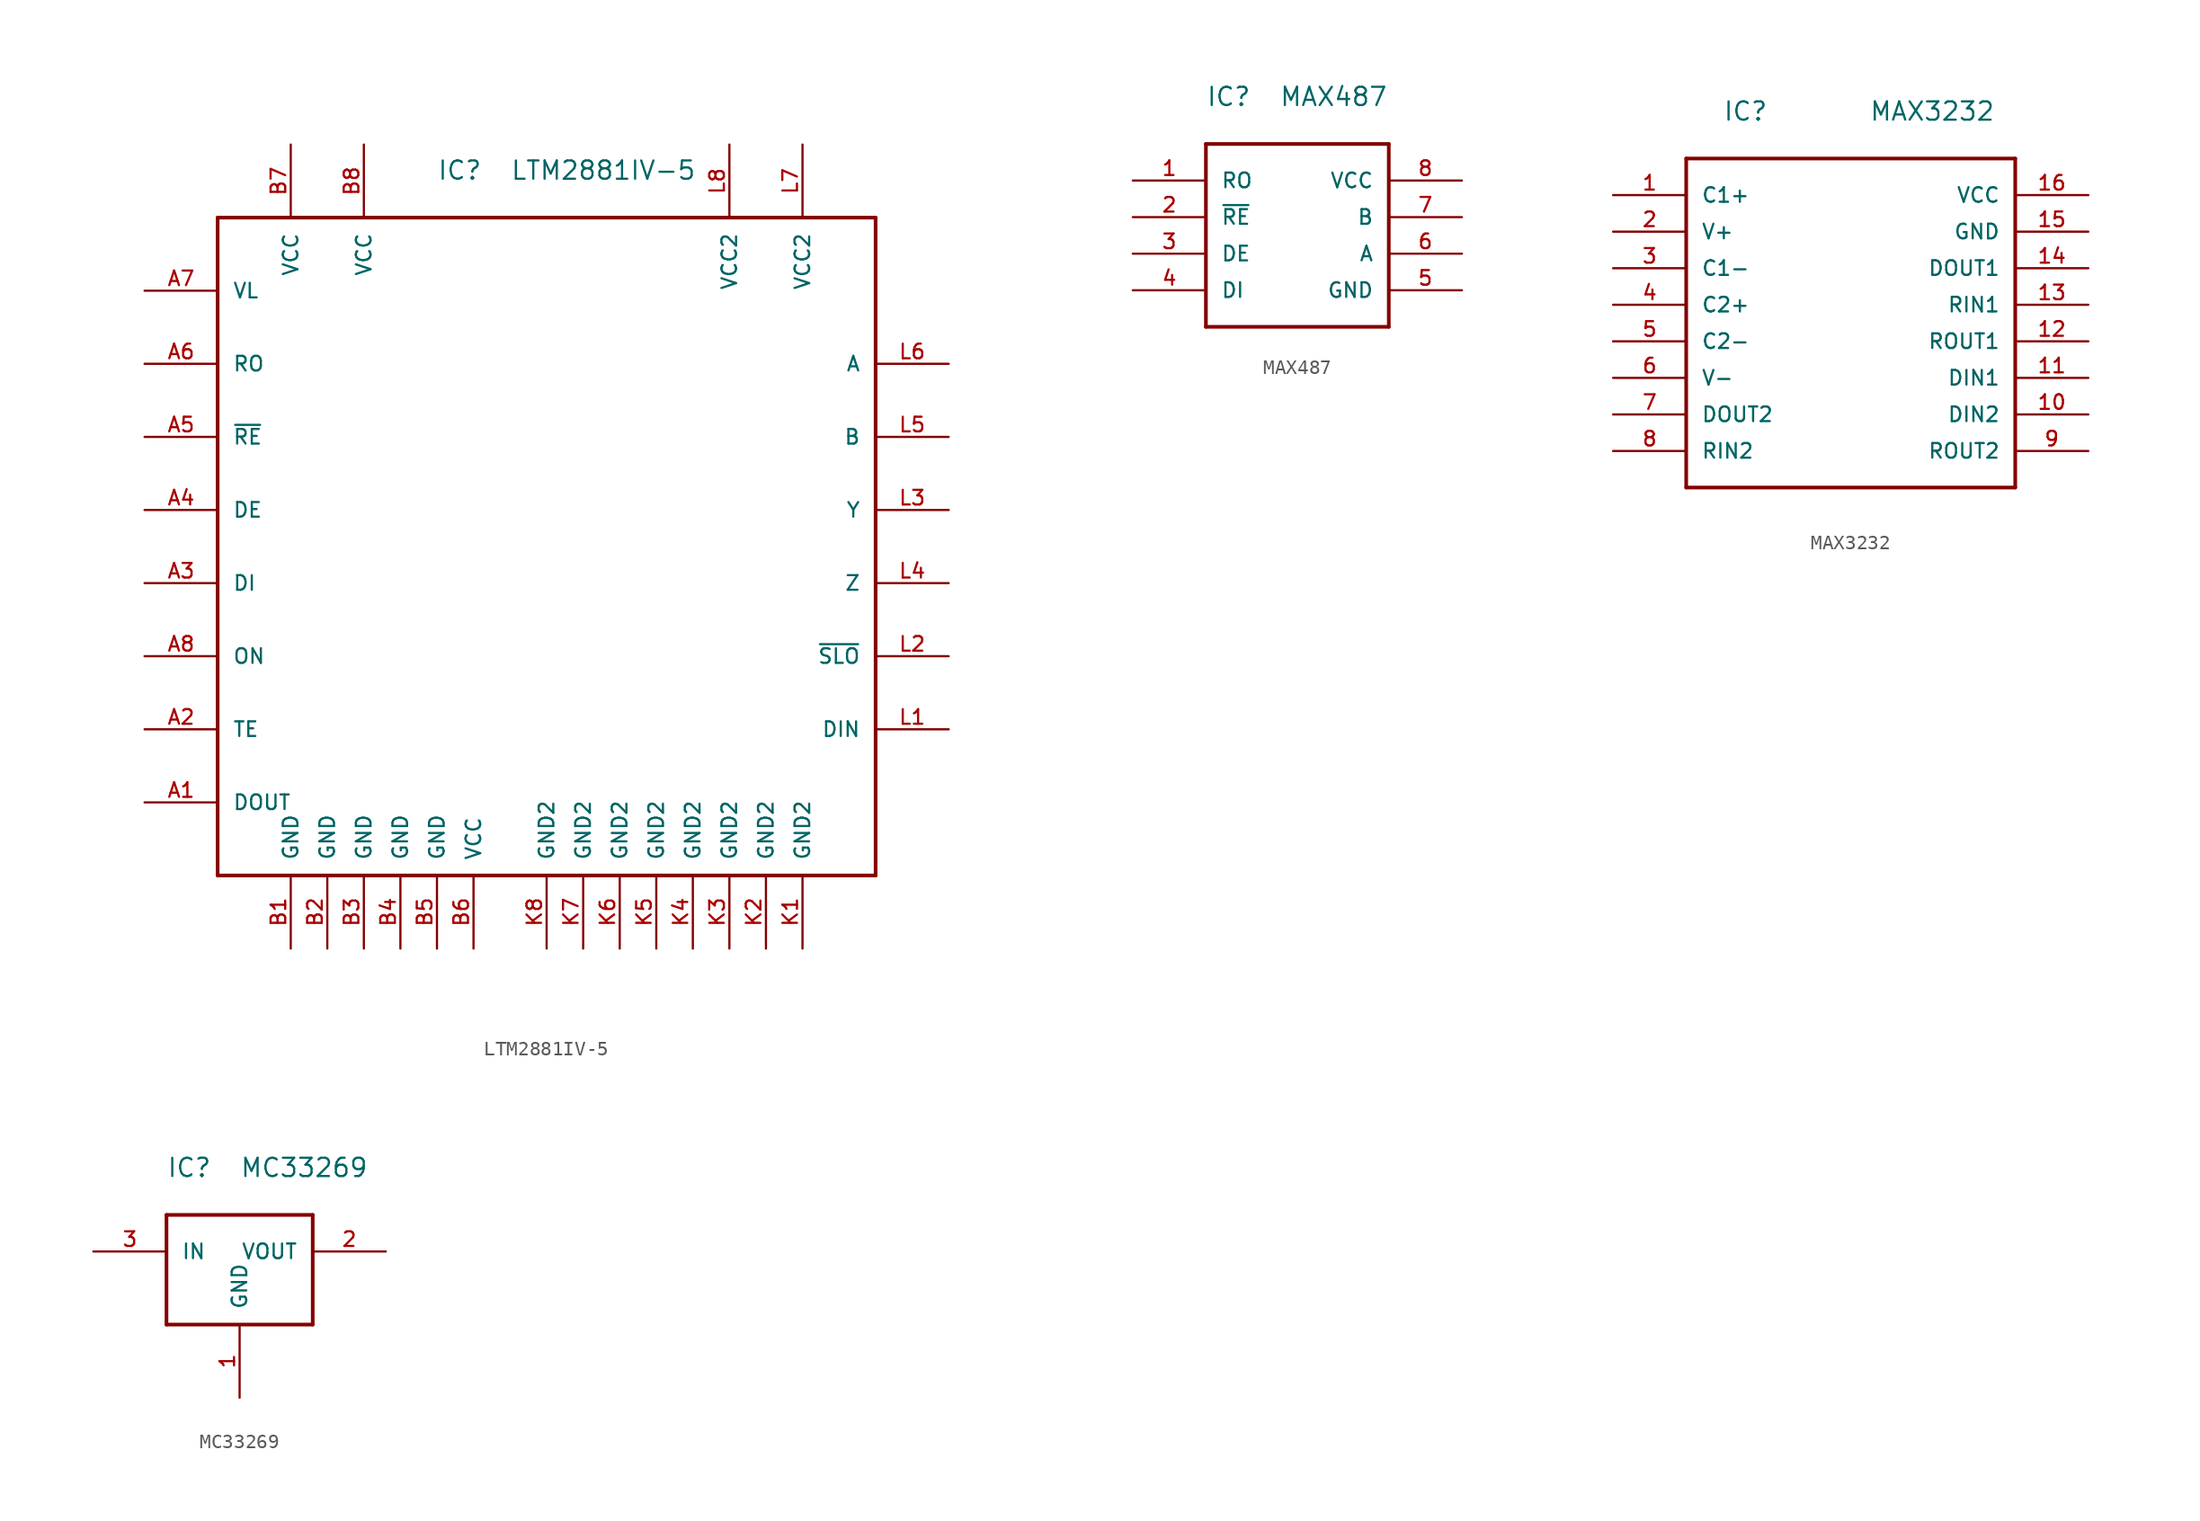
<source format=kicad_sym>
(kicad_symbol_lib
  (version 20220914)
  (generator kicad_symbol_editor)
  (symbol "LTM2881IV-5"
    (pin_names
      (offset 1.016))
    (property "Reference" "IC"
      (at 15.24 2.54 0)
      (effects (font (size 1.27 1.27)) (justify left bottom)))
    (property "Value" "LTM2881IV-5"
      (at 20.32 2.54 0)
      (effects (font (size 1.27 1.27)) (justify left bottom)))
    (symbol "LTM2881IV-5_1_0"
      (polyline (pts (xy 0 -45.72) (xy 0 0)) (stroke (width 0.254) (type solid)) (fill (type none)))
      (polyline (pts (xy 0 0) (xy 45.72 0)) (stroke (width 0.254) (type solid)) (fill (type none)))
      (polyline (pts (xy 45.72 -45.72) (xy 0 -45.72)) (stroke (width 0.254) (type solid)) (fill (type none)))
      (polyline (pts (xy 45.72 0) (xy 45.72 -45.72)) (stroke (width 0.254) (type solid)) (fill (type none))))
    (symbol "LTM2881IV-5_1_1"
      (pin output line (at -5.08 -40.64 0) (length 5.08) (name "DOUT" (effects (font (size 1.016 1.016)))) (number "A1" (effects (font (size 1.016 1.016)))))
      (pin input line (at -5.08 -35.56 0) (length 5.08) (name "TE" (effects (font (size 1.016 1.016)))) (number "A2" (effects (font (size 1.016 1.016)))))
      (pin input line (at -5.08 -25.4 0) (length 5.08) (name "DI" (effects (font (size 1.016 1.016)))) (number "A3" (effects (font (size 1.016 1.016)))))
      (pin input line (at -5.08 -20.32 0) (length 5.08) (name "DE" (effects (font (size 1.016 1.016)))) (number "A4" (effects (font (size 1.016 1.016)))))
      (pin input line (at -5.08 -15.24 0) (length 5.08) (name "~{RE}" (effects (font (size 1.016 1.016)))) (number "A5" (effects (font (size 1.016 1.016)))))
      (pin output line (at -5.08 -10.16 0) (length 5.08) (name "RO" (effects (font (size 1.016 1.016)))) (number "A6" (effects (font (size 1.016 1.016)))))
      (pin power_in line (at -5.08 -5.08 0) (length 5.08) (name "VL" (effects (font (size 1.016 1.016)))) (number "A7" (effects (font (size 1.016 1.016)))))
      (pin input line (at -5.08 -30.48 0) (length 5.08) (name "ON" (effects (font (size 1.016 1.016)))) (number "A8" (effects (font (size 1.016 1.016)))))
      (pin power_in line (at 5.08 -50.8 90) (length 5.08) (name "GND" (effects (font (size 1.016 1.016)))) (number "B1" (effects (font (size 1.016 1.016)))))
      (pin power_in line (at 7.62 -50.8 90) (length 5.08) (name "GND" (effects (font (size 1.016 1.016)))) (number "B2" (effects (font (size 1.016 1.016)))))
      (pin power_in line (at 10.16 -50.8 90) (length 5.08) (name "GND" (effects (font (size 1.016 1.016)))) (number "B3" (effects (font (size 1.016 1.016)))))
      (pin power_in line (at 12.7 -50.8 90) (length 5.08) (name "GND" (effects (font (size 1.016 1.016)))) (number "B4" (effects (font (size 1.016 1.016)))))
      (pin power_in line (at 15.24 -50.8 90) (length 5.08) (name "GND" (effects (font (size 1.016 1.016)))) (number "B5" (effects (font (size 1.016 1.016)))))
      (pin power_in line (at 17.78 -50.8 90) (length 5.08) (name "VCC" (effects (font (size 1.016 1.016)))) (number "B6" (effects (font (size 1.016 1.016)))))
      (pin power_in line (at 5.08 5.08 270) (length 5.08) (name "VCC" (effects (font (size 1.016 1.016)))) (number "B7" (effects (font (size 1.016 1.016)))))
      (pin power_in line (at 10.16 5.08 270) (length 5.08) (name "VCC" (effects (font (size 1.016 1.016)))) (number "B8" (effects (font (size 1.016 1.016)))))
      (pin power_in line (at 40.64 -50.8 90) (length 5.08) (name "GND2" (effects (font (size 1.016 1.016)))) (number "K1" (effects (font (size 1.016 1.016)))))
      (pin power_in line (at 38.1 -50.8 90) (length 5.08) (name "GND2" (effects (font (size 1.016 1.016)))) (number "K2" (effects (font (size 1.016 1.016)))))
      (pin power_in line (at 35.56 -50.8 90) (length 5.08) (name "GND2" (effects (font (size 1.016 1.016)))) (number "K3" (effects (font (size 1.016 1.016)))))
      (pin power_in line (at 33.02 -50.8 90) (length 5.08) (name "GND2" (effects (font (size 1.016 1.016)))) (number "K4" (effects (font (size 1.016 1.016)))))
      (pin power_in line (at 30.48 -50.8 90) (length 5.08) (name "GND2" (effects (font (size 1.016 1.016)))) (number "K5" (effects (font (size 1.016 1.016)))))
      (pin power_in line (at 27.94 -50.8 90) (length 5.08) (name "GND2" (effects (font (size 1.016 1.016)))) (number "K6" (effects (font (size 1.016 1.016)))))
      (pin power_in line (at 25.4 -50.8 90) (length 5.08) (name "GND2" (effects (font (size 1.016 1.016)))) (number "K7" (effects (font (size 1.016 1.016)))))
      (pin power_in line (at 22.86 -50.8 90) (length 5.08) (name "GND2" (effects (font (size 1.016 1.016)))) (number "K8" (effects (font (size 1.016 1.016)))))
      (pin input line (at 50.8 -35.56 180) (length 5.08) (name "DIN" (effects (font (size 1.016 1.016)))) (number "L1" (effects (font (size 1.016 1.016)))))
      (pin output line (at 50.8 -30.48 180) (length 5.08) (name "~{SLO}" (effects (font (size 1.016 1.016)))) (number "L2" (effects (font (size 1.016 1.016)))))
      (pin output line (at 50.8 -20.32 180) (length 5.08) (name "Y" (effects (font (size 1.016 1.016)))) (number "L3" (effects (font (size 1.016 1.016)))))
      (pin output line (at 50.8 -25.4 180) (length 5.08) (name "Z" (effects (font (size 1.016 1.016)))) (number "L4" (effects (font (size 1.016 1.016)))))
      (pin input line (at 50.8 -15.24 180) (length 5.08) (name "B" (effects (font (size 1.016 1.016)))) (number "L5" (effects (font (size 1.016 1.016)))))
      (pin input line (at 50.8 -10.16 180) (length 5.08) (name "A" (effects (font (size 1.016 1.016)))) (number "L6" (effects (font (size 1.016 1.016)))))
      (pin power_in line (at 40.64 5.08 270) (length 5.08) (name "VCC2" (effects (font (size 1.016 1.016)))) (number "L7" (effects (font (size 1.016 1.016)))))
      (pin power_in line (at 35.56 5.08 270) (length 5.08) (name "VCC2" (effects (font (size 1.016 1.016)))) (number "L8" (effects (font (size 1.016 1.016)))))))
  (symbol "MAX487"
    (pin_names
      (offset 1.016))
    (property "Reference" "IC"
      (at 0 2.54 0)
      (effects (font (size 1.27 1.27)) (justify left bottom)))
    (property "Value" "MAX487"
      (at 5.08 2.54 0)
      (effects (font (size 1.27 1.27)) (justify left bottom)))
    (symbol "MAX487_1_0"
      (polyline (pts (xy 0 -12.7) (xy 0 0)) (stroke (width 0.254) (type solid)) (fill (type none)))
      (polyline (pts (xy 0 0) (xy 12.7 0)) (stroke (width 0.254) (type solid)) (fill (type none)))
      (polyline (pts (xy 12.7 -12.7) (xy 0 -12.7)) (stroke (width 0.254) (type solid)) (fill (type none)))
      (polyline (pts (xy 12.7 0) (xy 12.7 -12.7)) (stroke (width 0.254) (type solid)) (fill (type none))))
    (symbol "MAX487_1_1"
      (pin output line (at -5.08 -2.54 0) (length 5.08) (name "RO" (effects (font (size 1.016 1.016)))) (number "1" (effects (font (size 1.016 1.016)))))
      (pin input line (at -5.08 -5.08 0) (length 5.08) (name "~{RE}" (effects (font (size 1.016 1.016)))) (number "2" (effects (font (size 1.016 1.016)))))
      (pin input line (at -5.08 -7.62 0) (length 5.08) (name "DE" (effects (font (size 1.016 1.016)))) (number "3" (effects (font (size 1.016 1.016)))))
      (pin input line (at -5.08 -10.16 0) (length 5.08) (name "DI" (effects (font (size 1.016 1.016)))) (number "4" (effects (font (size 1.016 1.016)))))
      (pin power_in line (at 17.78 -10.16 180) (length 5.08) (name "GND" (effects (font (size 1.016 1.016)))) (number "5" (effects (font (size 1.016 1.016)))))
      (pin output line (at 17.78 -7.62 180) (length 5.08) (name "A" (effects (font (size 1.016 1.016)))) (number "6" (effects (font (size 1.016 1.016)))))
      (pin output line (at 17.78 -5.08 180) (length 5.08) (name "B" (effects (font (size 1.016 1.016)))) (number "7" (effects (font (size 1.016 1.016)))))
      (pin power_in line (at 17.78 -2.54 180) (length 5.08) (name "VCC" (effects (font (size 1.016 1.016)))) (number "8" (effects (font (size 1.016 1.016)))))))
  (symbol "MAX3232"
    (pin_names
      (offset 1.016))
    (property "Reference" "IC"
      (at 2.54 2.54 0)
      (effects (font (size 1.27 1.27)) (justify left bottom)))
    (property "Value" "MAX3232"
      (at 12.7 2.54 0)
      (effects (font (size 1.27 1.27)) (justify left bottom)))
    (symbol "MAX3232_1_0"
      (polyline (pts (xy 0 -22.86) (xy 0 0)) (stroke (width 0.254) (type solid)) (fill (type none)))
      (polyline (pts (xy 0 0) (xy 22.86 0)) (stroke (width 0.254) (type solid)) (fill (type none)))
      (polyline (pts (xy 22.86 -22.86) (xy 0 -22.86)) (stroke (width 0.254) (type solid)) (fill (type none)))
      (polyline (pts (xy 22.86 0) (xy 22.86 -22.86)) (stroke (width 0.254) (type solid)) (fill (type none))))
    (symbol "MAX3232_1_1"
      (pin passive line (at -5.08 -2.54 0) (length 5.08) (name "C1+" (effects (font (size 1.016 1.016)))) (number "1" (effects (font (size 1.016 1.016)))))
      (pin input line (at 27.94 -17.78 180) (length 5.08) (name "DIN2" (effects (font (size 1.016 1.016)))) (number "10" (effects (font (size 1.016 1.016)))))
      (pin input line (at 27.94 -15.24 180) (length 5.08) (name "DIN1" (effects (font (size 1.016 1.016)))) (number "11" (effects (font (size 1.016 1.016)))))
      (pin output line (at 27.94 -12.7 180) (length 5.08) (name "ROUT1" (effects (font (size 1.016 1.016)))) (number "12" (effects (font (size 1.016 1.016)))))
      (pin input line (at 27.94 -10.16 180) (length 5.08) (name "RIN1" (effects (font (size 1.016 1.016)))) (number "13" (effects (font (size 1.016 1.016)))))
      (pin output line (at 27.94 -7.62 180) (length 5.08) (name "DOUT1" (effects (font (size 1.016 1.016)))) (number "14" (effects (font (size 1.016 1.016)))))
      (pin power_in line (at 27.94 -5.08 180) (length 5.08) (name "GND" (effects (font (size 1.016 1.016)))) (number "15" (effects (font (size 1.016 1.016)))))
      (pin power_in line (at 27.94 -2.54 180) (length 5.08) (name "VCC" (effects (font (size 1.016 1.016)))) (number "16" (effects (font (size 1.016 1.016)))))
      (pin passive line (at -5.08 -5.08 0) (length 5.08) (name "V+" (effects (font (size 1.016 1.016)))) (number "2" (effects (font (size 1.016 1.016)))))
      (pin passive line (at -5.08 -7.62 0) (length 5.08) (name "C1-" (effects (font (size 1.016 1.016)))) (number "3" (effects (font (size 1.016 1.016)))))
      (pin passive line (at -5.08 -10.16 0) (length 5.08) (name "C2+" (effects (font (size 1.016 1.016)))) (number "4" (effects (font (size 1.016 1.016)))))
      (pin passive line (at -5.08 -12.7 0) (length 5.08) (name "C2-" (effects (font (size 1.016 1.016)))) (number "5" (effects (font (size 1.016 1.016)))))
      (pin passive line (at -5.08 -15.24 0) (length 5.08) (name "V-" (effects (font (size 1.016 1.016)))) (number "6" (effects (font (size 1.016 1.016)))))
      (pin output line (at -5.08 -17.78 0) (length 5.08) (name "DOUT2" (effects (font (size 1.016 1.016)))) (number "7" (effects (font (size 1.016 1.016)))))
      (pin input line (at -5.08 -20.32 0) (length 5.08) (name "RIN2" (effects (font (size 1.016 1.016)))) (number "8" (effects (font (size 1.016 1.016)))))
      (pin output line (at 27.94 -20.32 180) (length 5.08) (name "ROUT2" (effects (font (size 1.016 1.016)))) (number "9" (effects (font (size 1.016 1.016)))))))
  (symbol "MC33269"
    (pin_names
      (offset 1.016))
    (property "Reference" "IC"
      (at 0 2.54 0)
      (effects (font (size 1.27 1.27)) (justify left bottom)))
    (property "Value" "MC33269"
      (at 5.08 2.54 0)
      (effects (font (size 1.27 1.27)) (justify left bottom)))
    (symbol "MC33269_1_0"
      (polyline (pts (xy 0 -7.62) (xy 0 0)) (stroke (width 0.254) (type solid)) (fill (type none)))
      (polyline (pts (xy 0 0) (xy 10.16 0)) (stroke (width 0.254) (type solid)) (fill (type none)))
      (polyline (pts (xy 10.16 -7.62) (xy 0 -7.62)) (stroke (width 0.254) (type solid)) (fill (type none)))
      (polyline (pts (xy 10.16 0) (xy 10.16 -7.62)) (stroke (width 0.254) (type solid)) (fill (type none))))
    (symbol "MC33269_1_1"
      (pin power_in line (at 5.08 -12.7 90) (length 5.08) (name "GND" (effects (font (size 1.016 1.016)))) (number "1" (effects (font (size 1.016 1.016)))))
      (pin output line (at 15.24 -2.54 180) (length 5.08) (name "VOUT" (effects (font (size 1.016 1.016)))) (number "2" (effects (font (size 1.016 1.016)))))
      (pin power_in line (at -5.08 -2.54 0) (length 5.08) (name "IN" (effects (font (size 1.016 1.016)))) (number "3" (effects (font (size 1.016 1.016))))))))
</source>
